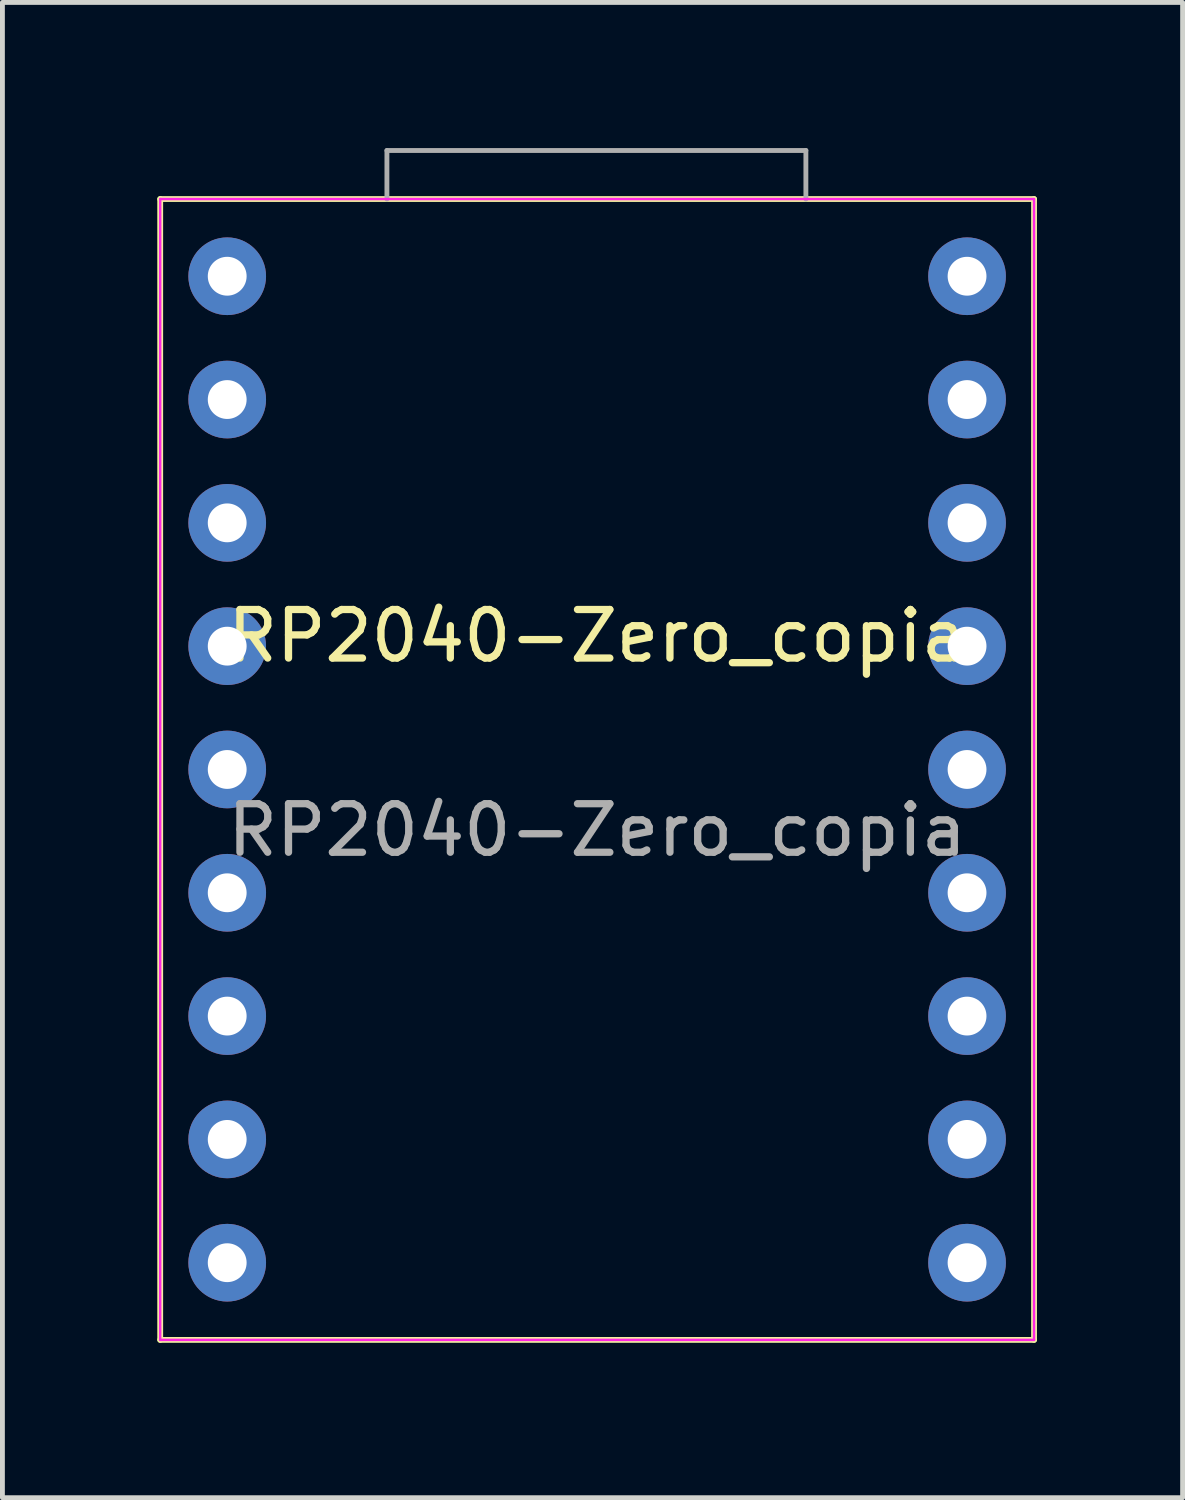
<source format=kicad_pcb>
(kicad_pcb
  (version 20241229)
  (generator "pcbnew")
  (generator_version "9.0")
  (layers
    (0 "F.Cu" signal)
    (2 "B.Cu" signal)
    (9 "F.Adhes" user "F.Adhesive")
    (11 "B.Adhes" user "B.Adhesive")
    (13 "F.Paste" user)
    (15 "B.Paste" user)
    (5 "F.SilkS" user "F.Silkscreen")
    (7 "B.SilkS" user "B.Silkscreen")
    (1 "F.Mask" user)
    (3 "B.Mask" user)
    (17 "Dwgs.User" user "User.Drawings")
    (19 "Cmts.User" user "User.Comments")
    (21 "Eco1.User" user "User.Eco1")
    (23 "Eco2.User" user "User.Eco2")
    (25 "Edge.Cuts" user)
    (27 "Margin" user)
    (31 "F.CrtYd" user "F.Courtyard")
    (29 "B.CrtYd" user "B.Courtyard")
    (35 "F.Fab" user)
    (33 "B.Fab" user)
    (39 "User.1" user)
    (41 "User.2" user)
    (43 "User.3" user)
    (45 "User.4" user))
  (footprint "RP2040-Zero_copia"
    (layer "F.Cu")
    (at 0.25 24.55)
    (property "Reference" "RP2040-Zero_copia" (at 9 -14.5 0) (unlocked yes) (layer "F.SilkS") (effects (font (size 1 1) (thickness 0.15))))
    (attr through_hole)
    (fp_line (start 0 -23.5) (end 0 0) (stroke (width 0.12) (type solid)) (layer "F.SilkS"))
    (fp_line (start 0 0) (end 18 0) (stroke (width 0.12) (type solid)) (layer "F.SilkS"))
    (fp_line (start 18 -23.5) (end 0 -23.5) (stroke (width 0.12) (type solid)) (layer "F.SilkS"))
    (fp_line (start 18 0) (end 18 -23.5) (stroke (width 0.12) (type solid)) (layer "F.SilkS"))
    (fp_line (start 0 -23.5) (end 18 -23.5) (stroke (width 0.05) (type solid)) (layer "F.CrtYd"))
    (fp_line (start 0 0) (end 0 -23.5) (stroke (width 0.05) (type solid)) (layer "F.CrtYd"))
    (fp_line (start 18 -23.5) (end 18 0) (stroke (width 0.05) (type solid)) (layer "F.CrtYd"))
    (fp_line (start 18 0) (end 0 0) (stroke (width 0.05) (type solid)) (layer "F.CrtYd"))
    (fp_line (start 4.67 -24.5) (end 4.67 -23.5) (stroke (width 0.1) (type solid)) (layer "F.Fab"))
    (fp_line (start 4.67 -24.5) (end 13.3 -24.5) (stroke (width 0.1) (type solid)) (layer "F.Fab"))
    (fp_line (start 13.3 -24.5) (end 13.3 -23.5) (stroke (width 0.1) (type solid)) (layer "F.Fab"))
    (fp_text user "${REFERENCE}" (at 9 -10.5 0) (unlocked yes) (layer "F.Fab") (effects (font (size 1 1) (thickness 0.15))))
    (pad "1" thru_hole circle (at 16.62 -21.91) (size 1.6 1.6) (drill 0.8) (layers "*.Cu" "*.Mask"))
    (pad "2" thru_hole circle (at 16.62 -19.37) (size 1.6 1.6) (drill 0.8) (layers "*.Cu" "*.Mask"))
    (pad "3" thru_hole circle (at 16.62 -16.83) (size 1.6 1.6) (drill 0.8) (layers "*.Cu" "*.Mask"))
    (pad "4" thru_hole circle (at 16.62 -14.29) (size 1.6 1.6) (drill 0.8) (layers "*.Cu" "*.Mask"))
    (pad "5" thru_hole circle (at 16.62 -11.75) (size 1.6 1.6) (drill 0.8) (layers "*.Cu" "*.Mask"))
    (pad "6" thru_hole circle (at 16.62 -9.21) (size 1.6 1.6) (drill 0.8) (layers "*.Cu" "*.Mask"))
    (pad "7" thru_hole circle (at 16.62 -6.67) (size 1.6 1.6) (drill 0.8) (layers "*.Cu" "*.Mask"))
    (pad "8" thru_hole circle (at 16.62 -4.13) (size 1.6 1.6) (drill 0.8) (layers "*.Cu" "*.Mask"))
    (pad "9" thru_hole circle (at 16.62 -1.59) (size 1.6 1.6) (drill 0.8) (layers "*.Cu" "*.Mask"))
    (pad "15" thru_hole circle (at 1.38 -1.59) (size 1.6 1.6) (drill 0.8) (layers "*.Cu" "*.Mask"))
    (pad "16" thru_hole circle (at 1.38 -4.13) (size 1.6 1.6) (drill 0.8) (layers "*.Cu" "*.Mask"))
    (pad "17" thru_hole circle (at 1.38 -6.67) (size 1.6 1.6) (drill 0.8) (layers "*.Cu" "*.Mask"))
    (pad "18" thru_hole circle (at 1.38 -9.21) (size 1.6 1.6) (drill 0.8) (layers "*.Cu" "*.Mask"))
    (pad "19" thru_hole circle (at 1.38 -11.75) (size 1.6 1.6) (drill 0.8) (layers "*.Cu" "*.Mask"))
    (pad "20" thru_hole circle (at 1.38 -14.29) (size 1.6 1.6) (drill 0.8) (layers "*.Cu" "*.Mask"))
    (pad "21" thru_hole circle (at 1.38 -16.83) (size 1.6 1.6) (drill 0.8) (layers "*.Cu" "*.Mask"))
    (pad "22" thru_hole circle (at 1.38 -21.91) (size 1.6 1.6) (drill 0.8) (layers "*.Cu" "*.Mask"))
    (pad "23" thru_hole circle (at 1.38 -19.37) (size 1.6 1.6) (drill 0.8) (layers "*.Cu" "*.Mask")))
  (gr_rect
    (start -3 -3)
    (end 21.31 27.8)
    (stroke (width 0.1) (type default))
    (fill no)
    (layer "Edge.Cuts")))
</source>
